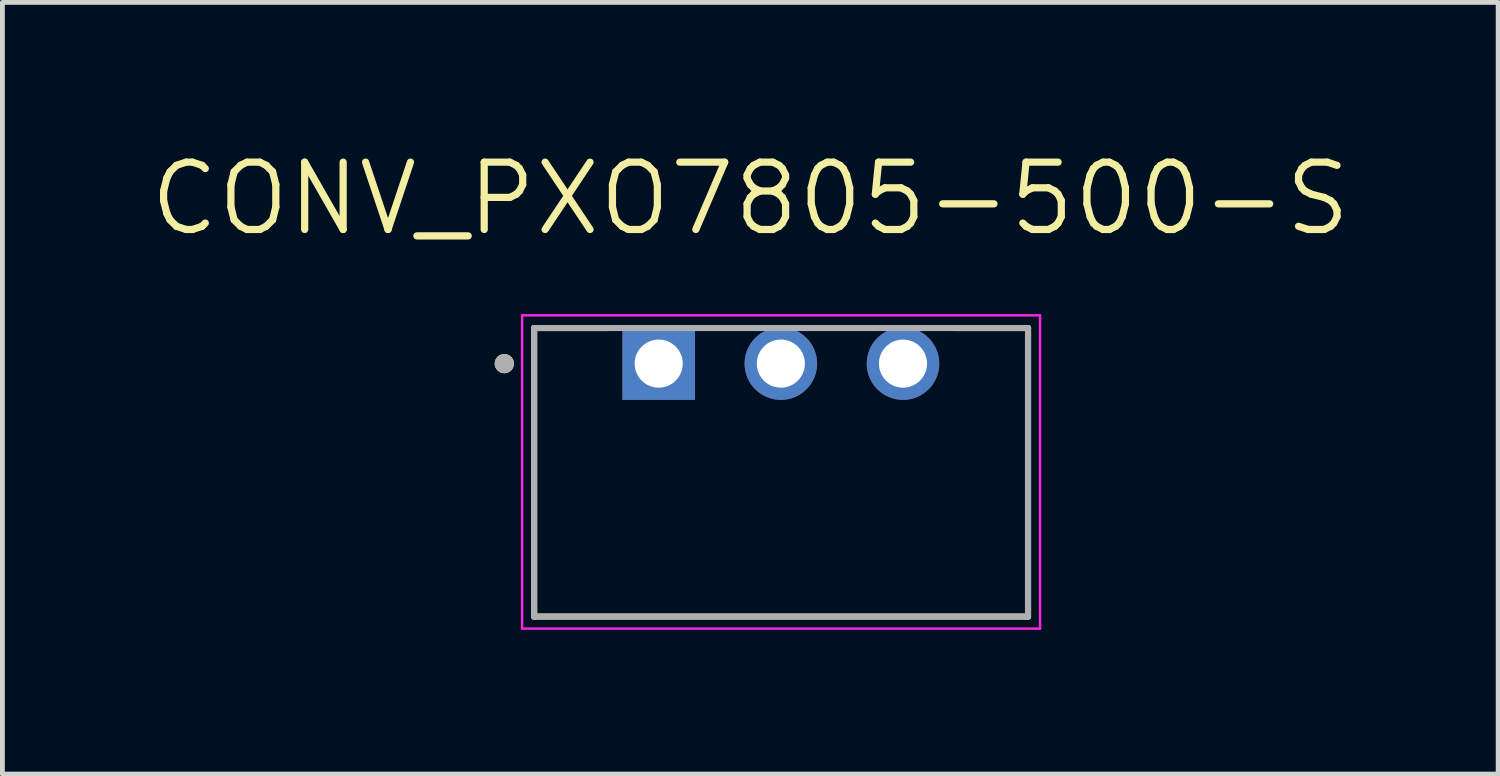
<source format=kicad_pcb>
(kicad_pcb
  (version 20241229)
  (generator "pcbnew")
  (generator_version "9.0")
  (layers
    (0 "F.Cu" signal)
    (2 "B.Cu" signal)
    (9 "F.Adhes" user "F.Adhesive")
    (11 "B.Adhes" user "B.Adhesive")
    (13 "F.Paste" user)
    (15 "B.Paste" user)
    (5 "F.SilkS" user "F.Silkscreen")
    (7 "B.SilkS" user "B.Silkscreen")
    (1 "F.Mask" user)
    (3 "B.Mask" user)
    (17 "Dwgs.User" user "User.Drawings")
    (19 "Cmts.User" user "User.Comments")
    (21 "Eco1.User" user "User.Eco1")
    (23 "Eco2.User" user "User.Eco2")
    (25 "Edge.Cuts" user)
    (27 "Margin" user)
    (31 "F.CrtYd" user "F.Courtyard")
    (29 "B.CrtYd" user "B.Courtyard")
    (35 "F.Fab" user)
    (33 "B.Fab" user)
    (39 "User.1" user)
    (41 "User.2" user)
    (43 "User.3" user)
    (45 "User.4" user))
  (footprint "CONV_PXO7805-500-S"
    (layer "F.Cu")
    (at 10.647 4.511)
    (property "Reference" "CONV_PXO7805-500-S" (at 1.905 -3.429 0) (layer "F.SilkS") (effects (font (size 1.4 1.4) (thickness 0.15))))
    (attr through_hole)
    (fp_line (start -2.59 -0.74) (end -1.067 -0.74) (stroke (width 0.127) (type solid)) (layer "F.SilkS"))
    (fp_line (start -2.59 5.26) (end -2.59 -0.74) (stroke (width 0.127) (type solid)) (layer "F.SilkS"))
    (fp_line (start 6.147 -0.74) (end 7.68 -0.74) (stroke (width 0.127) (type solid)) (layer "F.SilkS"))
    (fp_line (start 7.68 -0.74) (end 7.68 5.26) (stroke (width 0.127) (type solid)) (layer "F.SilkS"))
    (fp_line (start 7.68 5.26) (end -2.59 5.26) (stroke (width 0.127) (type solid)) (layer "F.SilkS"))
    (fp_circle (center -3.21 0) (end -3.11 0) (stroke (width 0.2) (type solid)) (fill no) (layer "F.SilkS"))
    (fp_line (start -2.84 -1.004) (end 7.93 -1.004) (stroke (width 0.05) (type solid)) (layer "F.CrtYd"))
    (fp_line (start -2.84 5.51) (end -2.84 -1.004) (stroke (width 0.05) (type solid)) (layer "F.CrtYd"))
    (fp_line (start 7.93 -1.004) (end 7.93 5.51) (stroke (width 0.05) (type solid)) (layer "F.CrtYd"))
    (fp_line (start 7.93 5.51) (end -2.84 5.51) (stroke (width 0.05) (type solid)) (layer "F.CrtYd"))
    (fp_line (start -2.59 -0.74) (end 7.68 -0.74) (stroke (width 0.127) (type solid)) (layer "F.Fab"))
    (fp_line (start -2.59 5.26) (end -2.59 -0.74) (stroke (width 0.127) (type solid)) (layer "F.Fab"))
    (fp_line (start 7.68 -0.74) (end 7.68 5.26) (stroke (width 0.127) (type solid)) (layer "F.Fab"))
    (fp_line (start 7.68 5.26) (end -2.59 5.26) (stroke (width 0.127) (type solid)) (layer "F.Fab"))
    (fp_circle (center -3.21 0) (end -3.11 0) (stroke (width 0.2) (type solid)) (fill no) (layer "F.Fab"))
    (pad "1" thru_hole rect (at 0 0) (size 1.508 1.508) (drill 1) (layers "*.Cu" "*.Mask"))
    (pad "2" thru_hole circle (at 2.54 0) (size 1.508 1.508) (drill 1) (layers "*.Cu" "*.Mask"))
    (pad "3" thru_hole circle (at 5.08 0) (size 1.508 1.508) (drill 1) (layers "*.Cu" "*.Mask")))
  (gr_rect
    (start -3 -3)
    (end 28.103 13.046)
    (stroke (width 0.1) (type default))
    (fill no)
    (layer "Edge.Cuts")))
</source>
